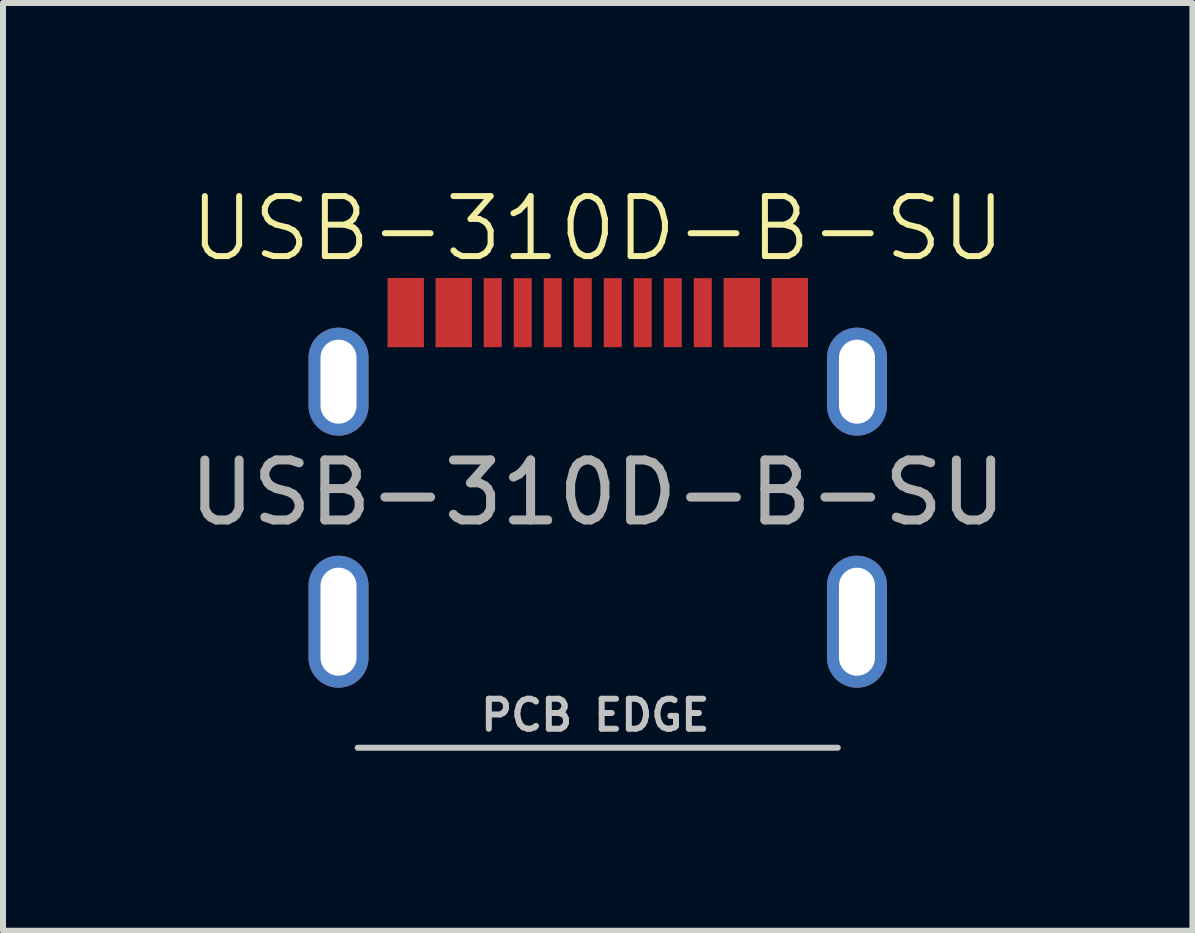
<source format=kicad_pcb>
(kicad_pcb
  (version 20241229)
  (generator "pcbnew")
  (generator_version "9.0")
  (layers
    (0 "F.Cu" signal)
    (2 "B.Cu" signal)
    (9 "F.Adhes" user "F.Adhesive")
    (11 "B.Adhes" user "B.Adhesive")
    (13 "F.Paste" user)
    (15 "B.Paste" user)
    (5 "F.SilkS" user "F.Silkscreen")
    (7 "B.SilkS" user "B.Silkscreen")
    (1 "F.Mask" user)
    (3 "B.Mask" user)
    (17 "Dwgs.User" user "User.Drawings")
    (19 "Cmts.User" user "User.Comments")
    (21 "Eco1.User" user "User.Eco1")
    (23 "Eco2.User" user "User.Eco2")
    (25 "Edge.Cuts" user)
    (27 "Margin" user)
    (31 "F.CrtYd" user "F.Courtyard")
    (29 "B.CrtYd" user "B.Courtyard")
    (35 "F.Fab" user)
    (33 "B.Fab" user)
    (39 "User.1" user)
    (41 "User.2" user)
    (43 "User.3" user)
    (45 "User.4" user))
  (footprint "USB-310D-B-SU"
    (layer "F.Cu")
    (at 6.911 2.16)
    (property "Reference" "USB-310D-B-SU" (at 0 -1.4 0) (unlocked yes) (layer "F.SilkS") (effects (font (size 1 1) (thickness 0.1))))
    (attr smd)
    (fp_line (start 4 7.25) (end -4 7.25) (stroke (width 0.1) (type default)) (layer "Dwgs.User"))
    (fp_text user "PCB EDGE" (at -2 7 0) (unlocked yes) (layer "Dwgs.User") (effects (font (size 0.5 0.5) (thickness 0.1) (bold yes)) (justify left bottom)))
    (fp_text user "${REFERENCE}" (at 0 3 0) (unlocked yes) (layer "F.Fab") (effects (font (size 1 1) (thickness 0.15))))
    (pad "A1" smd rect (at -3.2 0) (size 0.6 1.15) (layers "F.Cu" "F.Mask" "F.Paste"))
    (pad "A4" smd rect (at -2.4 0) (size 0.6 1.15) (layers "F.Cu" "F.Mask" "F.Paste"))
    (pad "A5" smd rect (at -1.25 0) (size 0.3 1.15) (layers "F.Cu" "F.Mask" "F.Paste"))
    (pad "A6" smd rect (at -0.25 0) (size 0.3 1.15) (layers "F.Cu" "F.Mask" "F.Paste"))
    (pad "A7" smd rect (at 0.25 0) (size 0.3 1.15) (layers "F.Cu" "F.Mask" "F.Paste"))
    (pad "A8" smd rect (at 1.25 0) (size 0.3 1.15) (layers "F.Cu" "F.Mask" "F.Paste"))
    (pad "A9" smd rect (at 2.4 0) (size 0.6 1.15) (layers "F.Cu" "F.Mask" "F.Paste"))
    (pad "A12" smd rect (at 3.2 0) (size 0.6 1.15) (layers "F.Cu" "F.Mask" "F.Paste"))
    (pad "B1" smd rect (at 3.2 0) (size 0.6 1.15) (layers "F.Cu" "F.Mask" "F.Paste"))
    (pad "B4" smd rect (at 2.4 0) (size 0.6 1.15) (layers "F.Cu" "F.Mask" "F.Paste"))
    (pad "B5" smd rect (at 1.75 0) (size 0.3 1.15) (layers "F.Cu" "F.Mask" "F.Paste"))
    (pad "B6" smd rect (at 0.75 0) (size 0.3 1.15) (layers "F.Cu" "F.Mask" "F.Paste"))
    (pad "B7" smd rect (at -0.75 0) (size 0.3 1.15) (layers "F.Cu" "F.Mask" "F.Paste"))
    (pad "B8" smd rect (at -1.75 0) (size 0.3 1.15) (layers "F.Cu" "F.Mask" "F.Paste"))
    (pad "B9" smd rect (at -2.4 0) (size 0.6 1.15) (layers "F.Cu" "F.Mask" "F.Paste"))
    (pad "B12" smd rect (at -3.2 0) (size 0.6 1.15) (layers "F.Cu" "F.Mask" "F.Paste"))
    (pad "S1" thru_hole oval (at -4.32 1.15) (size 1 1.8) (drill oval 0.6 1.4) (layers "*.Cu" "*.Mask"))
    (pad "S1" thru_hole oval (at -4.32 5.15) (size 1 2.2) (drill oval 0.6 1.8) (layers "*.Cu" "*.Mask"))
    (pad "S1" thru_hole oval (at 4.32 1.15) (size 1 1.8) (drill oval 0.6 1.4) (layers "*.Cu" "*.Mask"))
    (pad "S1" thru_hole oval (at 4.32 5.15) (size 1 2.2) (drill oval 0.6 1.8) (layers "*.Cu" "*.Mask")))
  (gr_rect
    (start -3 -3)
    (end 16.821 12.46)
    (stroke (width 0.1) (type default))
    (fill no)
    (layer "Edge.Cuts")))
</source>
